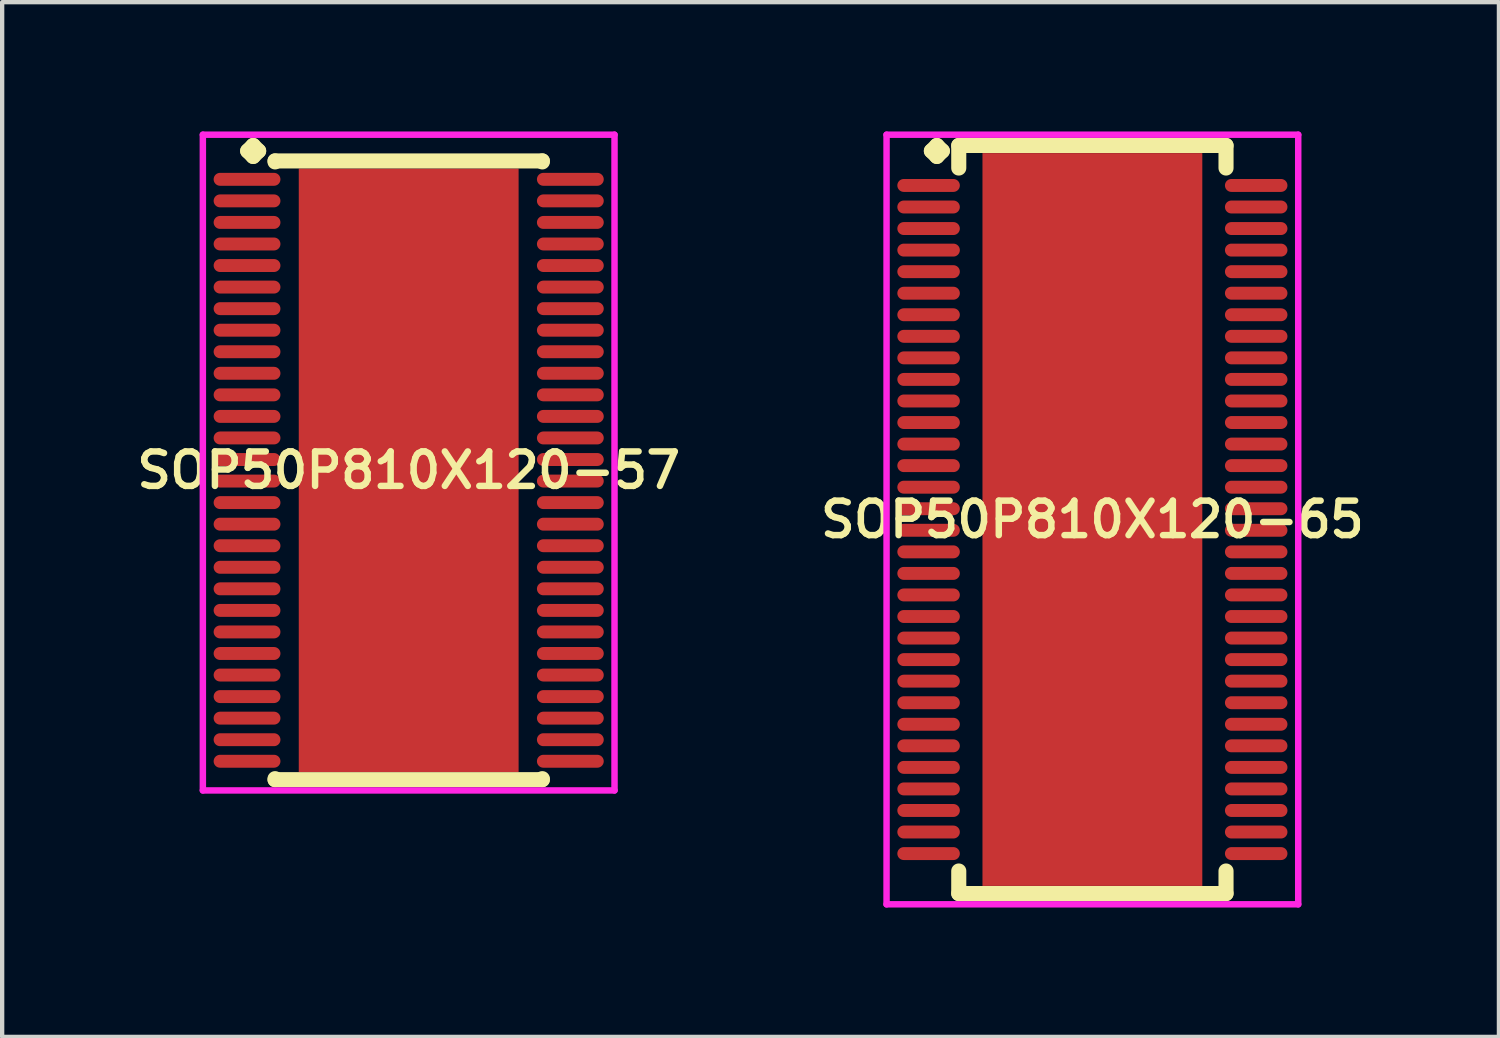
<source format=kicad_pcb>
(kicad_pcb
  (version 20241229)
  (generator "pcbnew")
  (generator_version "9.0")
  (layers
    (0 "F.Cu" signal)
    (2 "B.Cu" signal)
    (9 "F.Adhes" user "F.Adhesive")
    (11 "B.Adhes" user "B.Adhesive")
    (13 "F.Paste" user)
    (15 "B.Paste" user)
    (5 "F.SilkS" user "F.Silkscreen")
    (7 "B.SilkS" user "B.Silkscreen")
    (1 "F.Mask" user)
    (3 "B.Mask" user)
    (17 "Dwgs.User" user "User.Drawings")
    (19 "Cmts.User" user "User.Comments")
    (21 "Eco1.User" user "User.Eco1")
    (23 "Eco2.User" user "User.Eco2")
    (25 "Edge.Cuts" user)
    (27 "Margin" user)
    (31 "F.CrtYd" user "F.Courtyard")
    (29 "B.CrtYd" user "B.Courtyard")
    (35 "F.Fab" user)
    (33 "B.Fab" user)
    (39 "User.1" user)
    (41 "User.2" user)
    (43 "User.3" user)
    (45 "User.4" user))
  (footprint "SOP50P810X120-57"
    (layer "F.Cu")
    (at 6.431 7.86)
    (property "Reference" "SOP50P810X120-57" (at 0 0 0) (layer "F.SilkS") (effects (font (size 0.8 0.8) (thickness 0.15))))
    (attr smd)
    (fp_line (start -3.735 -7.408) (end -3.608 -7.535) (stroke (width 0.35) (type solid)) (layer "F.SilkS"))
    (fp_line (start -3.608 -7.535) (end -3.481 -7.408) (stroke (width 0.35) (type solid)) (layer "F.SilkS"))
    (fp_line (start -3.608 -7.281) (end -3.735 -7.408) (stroke (width 0.35) (type solid)) (layer "F.SilkS"))
    (fp_line (start -3.481 -7.408) (end -3.608 -7.281) (stroke (width 0.35) (type solid)) (layer "F.SilkS"))
    (fp_line (start -3.1 -7.177) (end 3.1 -7.177) (stroke (width 0.35) (type solid)) (layer "F.SilkS"))
    (fp_line (start -3.1 -7.154) (end -3.1 -7.177) (stroke (width 0.35) (type solid)) (layer "F.SilkS"))
    (fp_line (start -3.1 7.154) (end -3.1 7.177) (stroke (width 0.35) (type solid)) (layer "F.SilkS"))
    (fp_line (start -3.1 7.177) (end 3.1 7.177) (stroke (width 0.35) (type solid)) (layer "F.SilkS"))
    (fp_line (start 3.1 -7.177) (end 3.1 -7.154) (stroke (width 0.35) (type solid)) (layer "F.SilkS"))
    (fp_line (start 3.1 7.177) (end 3.1 7.154) (stroke (width 0.35) (type solid)) (layer "F.SilkS"))
    (fp_line (start -4.775 -7.785) (end 4.775 -7.785) (stroke (width 0.15) (type solid)) (layer "F.CrtYd"))
    (fp_line (start -4.775 7.427) (end -4.775 -7.785) (stroke (width 0.15) (type solid)) (layer "F.CrtYd"))
    (fp_line (start 4.775 -7.785) (end 4.775 7.427) (stroke (width 0.15) (type solid)) (layer "F.CrtYd"))
    (fp_line (start 4.775 7.427) (end -4.775 7.427) (stroke (width 0.15) (type solid)) (layer "F.CrtYd"))
    (pad "1" smd oval (at -3.75 -6.75) (size 1.55 0.3) (layers "F.Cu" "F.Mask" "F.Paste"))
    (pad "2" smd oval (at -3.75 -6.25) (size 1.55 0.3) (layers "F.Cu" "F.Mask" "F.Paste"))
    (pad "3" smd oval (at -3.75 -5.75) (size 1.55 0.3) (layers "F.Cu" "F.Mask" "F.Paste"))
    (pad "4" smd oval (at -3.75 -5.25) (size 1.55 0.3) (layers "F.Cu" "F.Mask" "F.Paste"))
    (pad "5" smd oval (at -3.75 -4.75) (size 1.55 0.3) (layers "F.Cu" "F.Mask" "F.Paste"))
    (pad "6" smd oval (at -3.75 -4.25) (size 1.55 0.3) (layers "F.Cu" "F.Mask" "F.Paste"))
    (pad "7" smd oval (at -3.75 -3.75) (size 1.55 0.3) (layers "F.Cu" "F.Mask" "F.Paste"))
    (pad "8" smd oval (at -3.75 -3.25) (size 1.55 0.3) (layers "F.Cu" "F.Mask" "F.Paste"))
    (pad "9" smd oval (at -3.75 -2.75) (size 1.55 0.3) (layers "F.Cu" "F.Mask" "F.Paste"))
    (pad "10" smd oval (at -3.75 -2.25) (size 1.55 0.3) (layers "F.Cu" "F.Mask" "F.Paste"))
    (pad "11" smd oval (at -3.75 -1.75) (size 1.55 0.3) (layers "F.Cu" "F.Mask" "F.Paste"))
    (pad "12" smd oval (at -3.75 -1.25) (size 1.55 0.3) (layers "F.Cu" "F.Mask" "F.Paste"))
    (pad "13" smd oval (at -3.75 -0.75) (size 1.55 0.3) (layers "F.Cu" "F.Mask" "F.Paste"))
    (pad "14" smd oval (at -3.75 -0.25) (size 1.55 0.3) (layers "F.Cu" "F.Mask" "F.Paste"))
    (pad "15" smd oval (at -3.75 0.25) (size 1.55 0.3) (layers "F.Cu" "F.Mask" "F.Paste"))
    (pad "16" smd oval (at -3.75 0.75) (size 1.55 0.3) (layers "F.Cu" "F.Mask" "F.Paste"))
    (pad "17" smd oval (at -3.75 1.25) (size 1.55 0.3) (layers "F.Cu" "F.Mask" "F.Paste"))
    (pad "18" smd oval (at -3.75 1.75) (size 1.55 0.3) (layers "F.Cu" "F.Mask" "F.Paste"))
    (pad "19" smd oval (at -3.75 2.25) (size 1.55 0.3) (layers "F.Cu" "F.Mask" "F.Paste"))
    (pad "20" smd oval (at -3.75 2.75) (size 1.55 0.3) (layers "F.Cu" "F.Mask" "F.Paste"))
    (pad "21" smd oval (at -3.75 3.25) (size 1.55 0.3) (layers "F.Cu" "F.Mask" "F.Paste"))
    (pad "22" smd oval (at -3.75 3.75) (size 1.55 0.3) (layers "F.Cu" "F.Mask" "F.Paste"))
    (pad "23" smd oval (at -3.75 4.25) (size 1.55 0.3) (layers "F.Cu" "F.Mask" "F.Paste"))
    (pad "24" smd oval (at -3.75 4.75) (size 1.55 0.3) (layers "F.Cu" "F.Mask" "F.Paste"))
    (pad "25" smd oval (at -3.75 5.25) (size 1.55 0.3) (layers "F.Cu" "F.Mask" "F.Paste"))
    (pad "26" smd oval (at -3.75 5.75) (size 1.55 0.3) (layers "F.Cu" "F.Mask" "F.Paste"))
    (pad "27" smd oval (at -3.75 6.25) (size 1.55 0.3) (layers "F.Cu" "F.Mask" "F.Paste"))
    (pad "28" smd oval (at -3.75 6.75) (size 1.55 0.3) (layers "F.Cu" "F.Mask" "F.Paste"))
    (pad "29" smd oval (at 3.75 6.75) (size 1.55 0.3) (layers "F.Cu" "F.Mask" "F.Paste"))
    (pad "30" smd oval (at 3.75 6.25) (size 1.55 0.3) (layers "F.Cu" "F.Mask" "F.Paste"))
    (pad "31" smd oval (at 3.75 5.75) (size 1.55 0.3) (layers "F.Cu" "F.Mask" "F.Paste"))
    (pad "32" smd oval (at 3.75 5.25) (size 1.55 0.3) (layers "F.Cu" "F.Mask" "F.Paste"))
    (pad "33" smd oval (at 3.75 4.75) (size 1.55 0.3) (layers "F.Cu" "F.Mask" "F.Paste"))
    (pad "34" smd oval (at 3.75 4.25) (size 1.55 0.3) (layers "F.Cu" "F.Mask" "F.Paste"))
    (pad "35" smd oval (at 3.75 3.75) (size 1.55 0.3) (layers "F.Cu" "F.Mask" "F.Paste"))
    (pad "36" smd oval (at 3.75 3.25) (size 1.55 0.3) (layers "F.Cu" "F.Mask" "F.Paste"))
    (pad "37" smd oval (at 3.75 2.75) (size 1.55 0.3) (layers "F.Cu" "F.Mask" "F.Paste"))
    (pad "38" smd oval (at 3.75 2.25) (size 1.55 0.3) (layers "F.Cu" "F.Mask" "F.Paste"))
    (pad "39" smd oval (at 3.75 1.75) (size 1.55 0.3) (layers "F.Cu" "F.Mask" "F.Paste"))
    (pad "40" smd oval (at 3.75 1.25) (size 1.55 0.3) (layers "F.Cu" "F.Mask" "F.Paste"))
    (pad "41" smd oval (at 3.75 0.75) (size 1.55 0.3) (layers "F.Cu" "F.Mask" "F.Paste"))
    (pad "42" smd oval (at 3.75 0.25) (size 1.55 0.3) (layers "F.Cu" "F.Mask" "F.Paste"))
    (pad "43" smd oval (at 3.75 -0.25) (size 1.55 0.3) (layers "F.Cu" "F.Mask" "F.Paste"))
    (pad "44" smd oval (at 3.75 -0.75) (size 1.55 0.3) (layers "F.Cu" "F.Mask" "F.Paste"))
    (pad "45" smd oval (at 3.75 -1.25) (size 1.55 0.3) (layers "F.Cu" "F.Mask" "F.Paste"))
    (pad "46" smd oval (at 3.75 -1.75) (size 1.55 0.3) (layers "F.Cu" "F.Mask" "F.Paste"))
    (pad "47" smd oval (at 3.75 -2.25) (size 1.55 0.3) (layers "F.Cu" "F.Mask" "F.Paste"))
    (pad "48" smd oval (at 3.75 -2.75) (size 1.55 0.3) (layers "F.Cu" "F.Mask" "F.Paste"))
    (pad "49" smd oval (at 3.75 -3.25) (size 1.55 0.3) (layers "F.Cu" "F.Mask" "F.Paste"))
    (pad "50" smd oval (at 3.75 -3.75) (size 1.55 0.3) (layers "F.Cu" "F.Mask" "F.Paste"))
    (pad "51" smd oval (at 3.75 -4.25) (size 1.55 0.3) (layers "F.Cu" "F.Mask" "F.Paste"))
    (pad "52" smd oval (at 3.75 -4.75) (size 1.55 0.3) (layers "F.Cu" "F.Mask" "F.Paste"))
    (pad "53" smd oval (at 3.75 -5.25) (size 1.55 0.3) (layers "F.Cu" "F.Mask" "F.Paste"))
    (pad "54" smd oval (at 3.75 -5.75) (size 1.55 0.3) (layers "F.Cu" "F.Mask" "F.Paste"))
    (pad "55" smd oval (at 3.75 -6.25) (size 1.55 0.3) (layers "F.Cu" "F.Mask" "F.Paste"))
    (pad "56" smd oval (at 3.75 -6.75) (size 1.55 0.3) (layers "F.Cu" "F.Mask" "F.Paste"))
    (pad "57" smd rect (at 0 0) (size 5.1 14) (layers "F.Cu" "F.Mask" "F.Paste")))
  (footprint "SOP50P810X120-65"
    (layer "F.Cu")
    (at 22.292 9.002)
    (property "Reference" "SOP50P810X120-65" (at 0 0 0) (layer "F.SilkS") (effects (font (size 0.8 0.8) (thickness 0.15))))
    (attr smd)
    (fp_line (start -3.735 -8.55) (end -3.608 -8.677) (stroke (width 0.35) (type solid)) (layer "F.SilkS"))
    (fp_line (start -3.608 -8.677) (end -3.481 -8.55) (stroke (width 0.35) (type solid)) (layer "F.SilkS"))
    (fp_line (start -3.608 -8.423) (end -3.735 -8.55) (stroke (width 0.35) (type solid)) (layer "F.SilkS"))
    (fp_line (start -3.481 -8.55) (end -3.608 -8.423) (stroke (width 0.35) (type solid)) (layer "F.SilkS"))
    (fp_line (start -3.1 -8.677) (end 3.1 -8.677) (stroke (width 0.35) (type solid)) (layer "F.SilkS"))
    (fp_line (start -3.1 -8.154) (end -3.1 -8.677) (stroke (width 0.35) (type solid)) (layer "F.SilkS"))
    (fp_line (start -3.1 8.154) (end -3.1 8.677) (stroke (width 0.35) (type solid)) (layer "F.SilkS"))
    (fp_line (start -3.1 8.677) (end 3.1 8.677) (stroke (width 0.35) (type solid)) (layer "F.SilkS"))
    (fp_line (start 3.1 -8.677) (end 3.1 -8.154) (stroke (width 0.35) (type solid)) (layer "F.SilkS"))
    (fp_line (start 3.1 8.677) (end 3.1 8.154) (stroke (width 0.35) (type solid)) (layer "F.SilkS"))
    (fp_line (start -4.775 -8.927) (end 4.775 -8.927) (stroke (width 0.15) (type solid)) (layer "F.CrtYd"))
    (fp_line (start -4.775 8.927) (end -4.775 -8.927) (stroke (width 0.15) (type solid)) (layer "F.CrtYd"))
    (fp_line (start 4.775 -8.927) (end 4.775 8.927) (stroke (width 0.15) (type solid)) (layer "F.CrtYd"))
    (fp_line (start 4.775 8.927) (end -4.775 8.927) (stroke (width 0.15) (type solid)) (layer "F.CrtYd"))
    (pad "1" smd oval (at -3.8 -7.75) (size 1.45 0.3) (layers "F.Cu" "F.Mask" "F.Paste"))
    (pad "2" smd oval (at -3.8 -7.25) (size 1.45 0.3) (layers "F.Cu" "F.Mask" "F.Paste"))
    (pad "3" smd oval (at -3.8 -6.75) (size 1.45 0.3) (layers "F.Cu" "F.Mask" "F.Paste"))
    (pad "4" smd oval (at -3.8 -6.25) (size 1.45 0.3) (layers "F.Cu" "F.Mask" "F.Paste"))
    (pad "5" smd oval (at -3.8 -5.75) (size 1.45 0.3) (layers "F.Cu" "F.Mask" "F.Paste"))
    (pad "6" smd oval (at -3.8 -5.25) (size 1.45 0.3) (layers "F.Cu" "F.Mask" "F.Paste"))
    (pad "7" smd oval (at -3.8 -4.75) (size 1.45 0.3) (layers "F.Cu" "F.Mask" "F.Paste"))
    (pad "8" smd oval (at -3.8 -4.25) (size 1.45 0.3) (layers "F.Cu" "F.Mask" "F.Paste"))
    (pad "9" smd oval (at -3.8 -3.75) (size 1.45 0.3) (layers "F.Cu" "F.Mask" "F.Paste"))
    (pad "10" smd oval (at -3.8 -3.25) (size 1.45 0.3) (layers "F.Cu" "F.Mask" "F.Paste"))
    (pad "11" smd oval (at -3.8 -2.75) (size 1.45 0.3) (layers "F.Cu" "F.Mask" "F.Paste"))
    (pad "12" smd oval (at -3.8 -2.25) (size 1.45 0.3) (layers "F.Cu" "F.Mask" "F.Paste"))
    (pad "13" smd oval (at -3.8 -1.75) (size 1.45 0.3) (layers "F.Cu" "F.Mask" "F.Paste"))
    (pad "14" smd oval (at -3.8 -1.25) (size 1.45 0.3) (layers "F.Cu" "F.Mask" "F.Paste"))
    (pad "15" smd oval (at -3.8 -0.75) (size 1.45 0.3) (layers "F.Cu" "F.Mask" "F.Paste"))
    (pad "16" smd oval (at -3.8 -0.25) (size 1.45 0.3) (layers "F.Cu" "F.Mask" "F.Paste"))
    (pad "17" smd oval (at -3.8 0.25) (size 1.45 0.3) (layers "F.Cu" "F.Mask" "F.Paste"))
    (pad "18" smd oval (at -3.8 0.75) (size 1.45 0.3) (layers "F.Cu" "F.Mask" "F.Paste"))
    (pad "19" smd oval (at -3.8 1.25) (size 1.45 0.3) (layers "F.Cu" "F.Mask" "F.Paste"))
    (pad "20" smd oval (at -3.8 1.75) (size 1.45 0.3) (layers "F.Cu" "F.Mask" "F.Paste"))
    (pad "21" smd oval (at -3.8 2.25) (size 1.45 0.3) (layers "F.Cu" "F.Mask" "F.Paste"))
    (pad "22" smd oval (at -3.8 2.75) (size 1.45 0.3) (layers "F.Cu" "F.Mask" "F.Paste"))
    (pad "23" smd oval (at -3.8 3.25) (size 1.45 0.3) (layers "F.Cu" "F.Mask" "F.Paste"))
    (pad "24" smd oval (at -3.8 3.75) (size 1.45 0.3) (layers "F.Cu" "F.Mask" "F.Paste"))
    (pad "25" smd oval (at -3.8 4.25) (size 1.45 0.3) (layers "F.Cu" "F.Mask" "F.Paste"))
    (pad "26" smd oval (at -3.8 4.75) (size 1.45 0.3) (layers "F.Cu" "F.Mask" "F.Paste"))
    (pad "27" smd oval (at -3.8 5.25) (size 1.45 0.3) (layers "F.Cu" "F.Mask" "F.Paste"))
    (pad "28" smd oval (at -3.8 5.75) (size 1.45 0.3) (layers "F.Cu" "F.Mask" "F.Paste"))
    (pad "29" smd oval (at -3.8 6.25) (size 1.45 0.3) (layers "F.Cu" "F.Mask" "F.Paste"))
    (pad "30" smd oval (at -3.8 6.75) (size 1.45 0.3) (layers "F.Cu" "F.Mask" "F.Paste"))
    (pad "31" smd oval (at -3.8 7.25) (size 1.45 0.3) (layers "F.Cu" "F.Mask" "F.Paste"))
    (pad "32" smd oval (at -3.8 7.75) (size 1.45 0.3) (layers "F.Cu" "F.Mask" "F.Paste"))
    (pad "33" smd oval (at 3.8 7.75) (size 1.45 0.3) (layers "F.Cu" "F.Mask" "F.Paste"))
    (pad "34" smd oval (at 3.8 7.25) (size 1.45 0.3) (layers "F.Cu" "F.Mask" "F.Paste"))
    (pad "35" smd oval (at 3.8 6.75) (size 1.45 0.3) (layers "F.Cu" "F.Mask" "F.Paste"))
    (pad "36" smd oval (at 3.8 6.25) (size 1.45 0.3) (layers "F.Cu" "F.Mask" "F.Paste"))
    (pad "37" smd oval (at 3.8 5.75) (size 1.45 0.3) (layers "F.Cu" "F.Mask" "F.Paste"))
    (pad "38" smd oval (at 3.8 5.25) (size 1.45 0.3) (layers "F.Cu" "F.Mask" "F.Paste"))
    (pad "39" smd oval (at 3.8 4.75) (size 1.45 0.3) (layers "F.Cu" "F.Mask" "F.Paste"))
    (pad "40" smd oval (at 3.8 4.25) (size 1.45 0.3) (layers "F.Cu" "F.Mask" "F.Paste"))
    (pad "41" smd oval (at 3.8 3.75) (size 1.45 0.3) (layers "F.Cu" "F.Mask" "F.Paste"))
    (pad "42" smd oval (at 3.8 3.25) (size 1.45 0.3) (layers "F.Cu" "F.Mask" "F.Paste"))
    (pad "43" smd oval (at 3.8 2.75) (size 1.45 0.3) (layers "F.Cu" "F.Mask" "F.Paste"))
    (pad "44" smd oval (at 3.8 2.25) (size 1.45 0.3) (layers "F.Cu" "F.Mask" "F.Paste"))
    (pad "45" smd oval (at 3.8 1.75) (size 1.45 0.3) (layers "F.Cu" "F.Mask" "F.Paste"))
    (pad "46" smd oval (at 3.8 1.25) (size 1.45 0.3) (layers "F.Cu" "F.Mask" "F.Paste"))
    (pad "47" smd oval (at 3.8 0.75) (size 1.45 0.3) (layers "F.Cu" "F.Mask" "F.Paste"))
    (pad "48" smd oval (at 3.8 0.25) (size 1.45 0.3) (layers "F.Cu" "F.Mask" "F.Paste"))
    (pad "49" smd oval (at 3.8 -0.25) (size 1.45 0.3) (layers "F.Cu" "F.Mask" "F.Paste"))
    (pad "50" smd oval (at 3.8 -0.75) (size 1.45 0.3) (layers "F.Cu" "F.Mask" "F.Paste"))
    (pad "51" smd oval (at 3.8 -1.25) (size 1.45 0.3) (layers "F.Cu" "F.Mask" "F.Paste"))
    (pad "52" smd oval (at 3.8 -1.75) (size 1.45 0.3) (layers "F.Cu" "F.Mask" "F.Paste"))
    (pad "53" smd oval (at 3.8 -2.25) (size 1.45 0.3) (layers "F.Cu" "F.Mask" "F.Paste"))
    (pad "54" smd oval (at 3.8 -2.75) (size 1.45 0.3) (layers "F.Cu" "F.Mask" "F.Paste"))
    (pad "55" smd oval (at 3.8 -3.25) (size 1.45 0.3) (layers "F.Cu" "F.Mask" "F.Paste"))
    (pad "56" smd oval (at 3.8 -3.75) (size 1.45 0.3) (layers "F.Cu" "F.Mask" "F.Paste"))
    (pad "57" smd oval (at 3.8 -4.25) (size 1.45 0.3) (layers "F.Cu" "F.Mask" "F.Paste"))
    (pad "58" smd oval (at 3.8 -4.75) (size 1.45 0.3) (layers "F.Cu" "F.Mask" "F.Paste"))
    (pad "59" smd oval (at 3.8 -5.25) (size 1.45 0.3) (layers "F.Cu" "F.Mask" "F.Paste"))
    (pad "60" smd oval (at 3.8 -5.75) (size 1.45 0.3) (layers "F.Cu" "F.Mask" "F.Paste"))
    (pad "61" smd oval (at 3.8 -6.25) (size 1.45 0.3) (layers "F.Cu" "F.Mask" "F.Paste"))
    (pad "62" smd oval (at 3.8 -6.75) (size 1.45 0.3) (layers "F.Cu" "F.Mask" "F.Paste"))
    (pad "63" smd oval (at 3.8 -7.25) (size 1.45 0.3) (layers "F.Cu" "F.Mask" "F.Paste"))
    (pad "64" smd oval (at 3.8 -7.75) (size 1.45 0.3) (layers "F.Cu" "F.Mask" "F.Paste"))
    (pad "65" smd rect (at 0 0) (size 5.1 17) (layers "F.Cu" "F.Mask" "F.Paste")))
  (gr_rect
    (start -3 -3)
    (end 31.723 21.004)
    (stroke (width 0.1) (type default))
    (fill no)
    (layer "Edge.Cuts")))
</source>
